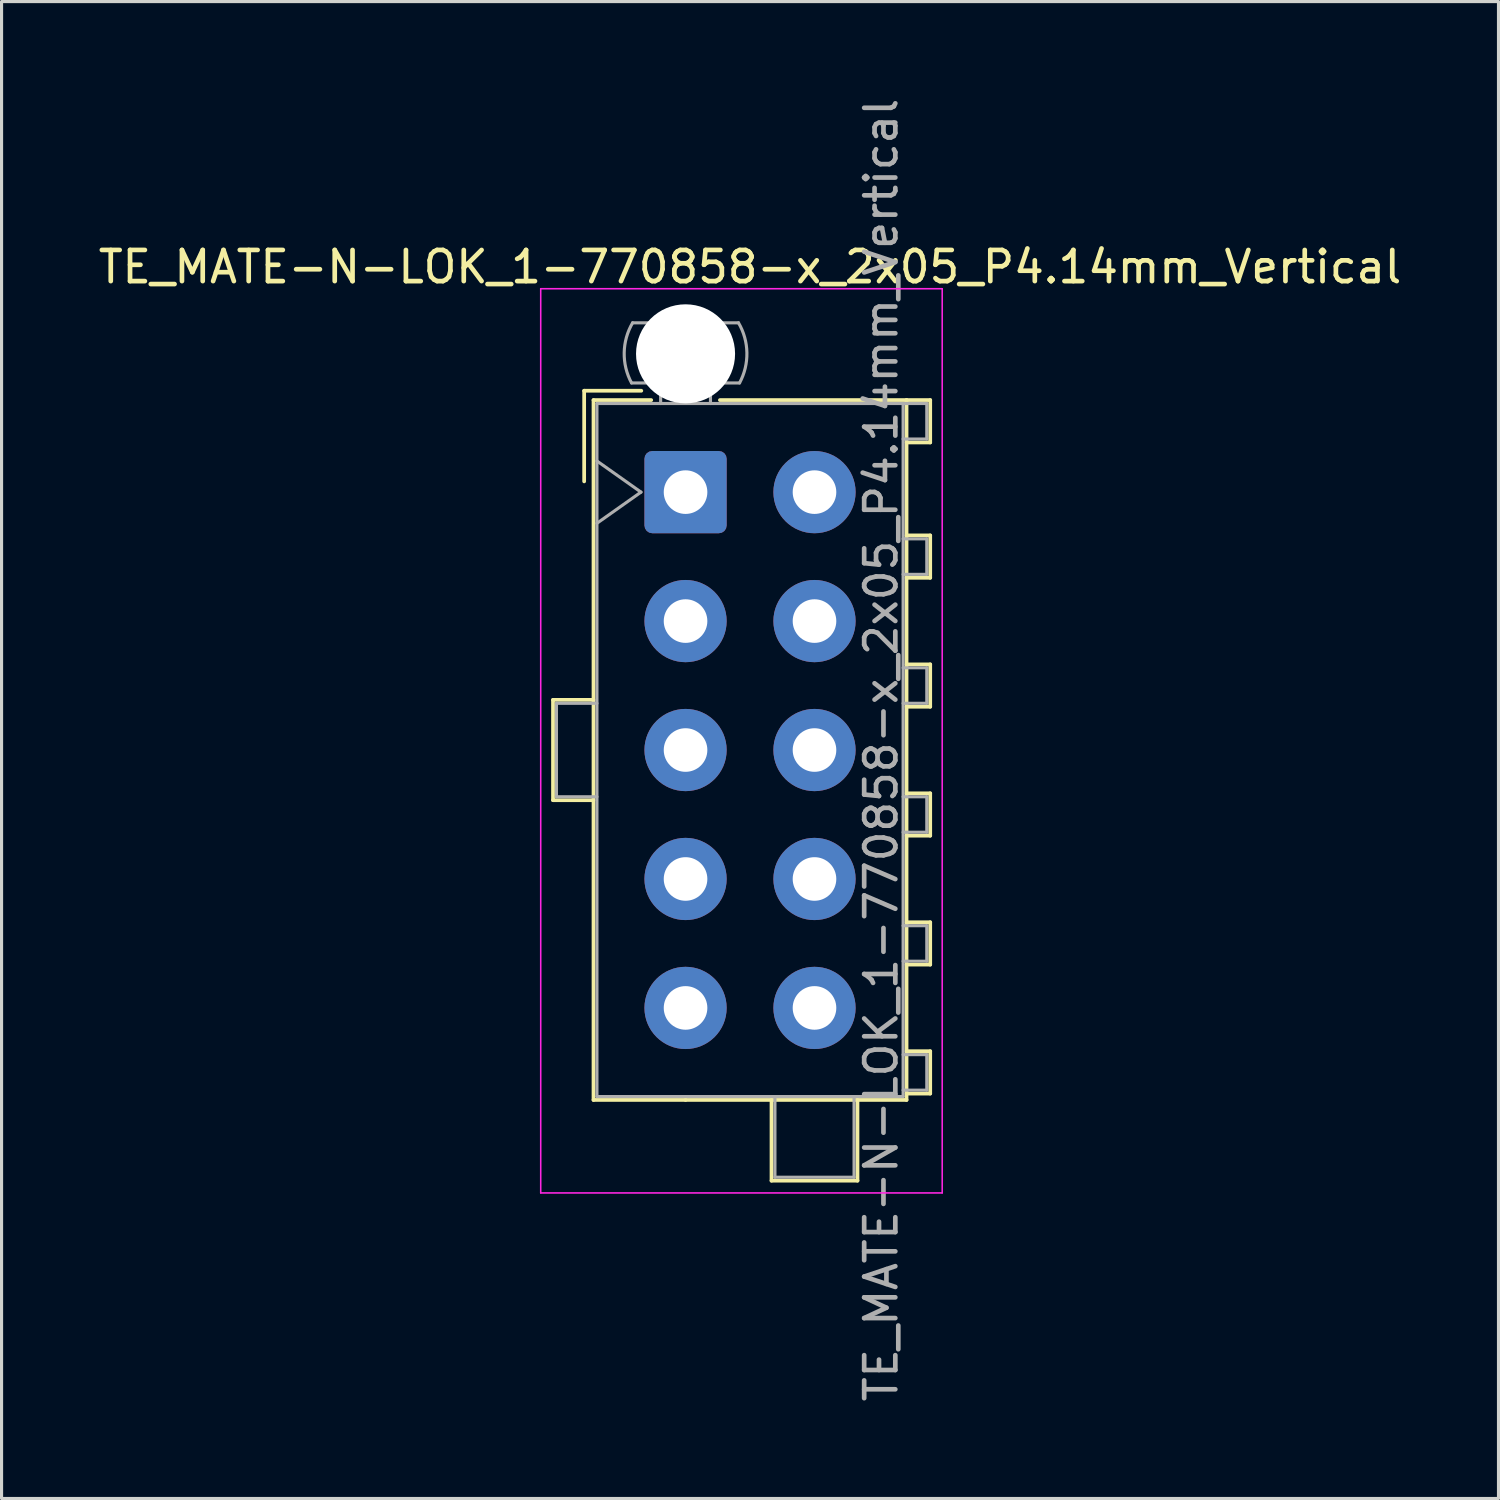
<source format=kicad_pcb>
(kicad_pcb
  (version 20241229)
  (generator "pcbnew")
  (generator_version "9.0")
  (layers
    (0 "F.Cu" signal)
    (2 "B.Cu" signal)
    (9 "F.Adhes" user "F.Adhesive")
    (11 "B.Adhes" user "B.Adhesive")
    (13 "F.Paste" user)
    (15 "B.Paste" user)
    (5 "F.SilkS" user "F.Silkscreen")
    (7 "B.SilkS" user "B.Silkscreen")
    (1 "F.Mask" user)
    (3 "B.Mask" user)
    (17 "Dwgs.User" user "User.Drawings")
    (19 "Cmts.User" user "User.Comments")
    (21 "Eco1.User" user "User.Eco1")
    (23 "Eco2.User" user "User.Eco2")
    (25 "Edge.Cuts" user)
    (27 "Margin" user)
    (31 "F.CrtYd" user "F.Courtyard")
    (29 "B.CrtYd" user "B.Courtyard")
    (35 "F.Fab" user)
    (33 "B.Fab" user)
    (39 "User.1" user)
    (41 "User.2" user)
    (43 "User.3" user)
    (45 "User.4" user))
  (footprint "TE_MATE-N-LOK_1-770858-x_2x05_P4.14mm_Vertical"
    (layer "F.Cu")
    (at 18.96 12.75)
    (property "Reference" "TE_MATE-N-LOK_1-770858-x_2x05_P4.14mm_Vertical" (at 2.07 -7.23 0) (layer "F.SilkS") (effects (font (size 1 1) (thickness 0.15))))
    (attr through_hole)
    (fp_line (start -4.255 6.67) (end -4.255 9.89) (stroke (width 0.12) (type solid)) (layer "F.SilkS"))
    (fp_line (start -4.255 9.89) (end -2.955 9.89) (stroke (width 0.12) (type solid)) (layer "F.SilkS"))
    (fp_line (start -3.255 -3.255) (end -3.255 -0.345) (stroke (width 0.12) (type solid)) (layer "F.SilkS"))
    (fp_line (start -2.955 -2.955) (end -2.955 19.515) (stroke (width 0.12) (type solid)) (layer "F.SilkS"))
    (fp_line (start -2.955 6.67) (end -4.255 6.67) (stroke (width 0.12) (type solid)) (layer "F.SilkS"))
    (fp_line (start -2.955 19.515) (end 0 19.515) (stroke (width 0.12) (type solid)) (layer "F.SilkS"))
    (fp_line (start -1.421 -3.255) (end -3.255 -3.255) (stroke (width 0.12) (type solid)) (layer "F.SilkS"))
    (fp_line (start -1.103 -2.955) (end -2.955 -2.955) (stroke (width 0.12) (type solid)) (layer "F.SilkS"))
    (fp_line (start 1.103 -2.955) (end 7.095 -2.955) (stroke (width 0.12) (type solid)) (layer "F.SilkS"))
    (fp_line (start 2.76 19.515) (end 2.76 22.106) (stroke (width 0.12) (type solid)) (layer "F.SilkS"))
    (fp_line (start 2.76 22.106) (end 5.52 22.106) (stroke (width 0.12) (type solid)) (layer "F.SilkS"))
    (fp_line (start 5.52 22.106) (end 5.52 19.515) (stroke (width 0.12) (type solid)) (layer "F.SilkS"))
    (fp_line (start 7.095 -2.955) (end 7.095 19.515) (stroke (width 0.12) (type solid)) (layer "F.SilkS"))
    (fp_line (start 7.095 -2.955) (end 7.855 -2.955) (stroke (width 0.12) (type solid)) (layer "F.SilkS"))
    (fp_line (start 7.095 1.39) (end 7.855 1.39) (stroke (width 0.12) (type solid)) (layer "F.SilkS"))
    (fp_line (start 7.095 5.53) (end 7.855 5.53) (stroke (width 0.12) (type solid)) (layer "F.SilkS"))
    (fp_line (start 7.095 9.67) (end 7.855 9.67) (stroke (width 0.12) (type solid)) (layer "F.SilkS"))
    (fp_line (start 7.095 13.81) (end 7.855 13.81) (stroke (width 0.12) (type solid)) (layer "F.SilkS"))
    (fp_line (start 7.095 17.95) (end 7.855 17.95) (stroke (width 0.12) (type solid)) (layer "F.SilkS"))
    (fp_line (start 7.095 19.515) (end 0 19.515) (stroke (width 0.12) (type solid)) (layer "F.SilkS"))
    (fp_line (start 7.855 -2.955) (end 7.855 -1.595) (stroke (width 0.12) (type solid)) (layer "F.SilkS"))
    (fp_line (start 7.855 -1.595) (end 7.095 -1.595) (stroke (width 0.12) (type solid)) (layer "F.SilkS"))
    (fp_line (start 7.855 1.39) (end 7.855 2.75) (stroke (width 0.12) (type solid)) (layer "F.SilkS"))
    (fp_line (start 7.855 2.75) (end 7.095 2.75) (stroke (width 0.12) (type solid)) (layer "F.SilkS"))
    (fp_line (start 7.855 5.53) (end 7.855 6.89) (stroke (width 0.12) (type solid)) (layer "F.SilkS"))
    (fp_line (start 7.855 6.89) (end 7.095 6.89) (stroke (width 0.12) (type solid)) (layer "F.SilkS"))
    (fp_line (start 7.855 9.67) (end 7.855 11.03) (stroke (width 0.12) (type solid)) (layer "F.SilkS"))
    (fp_line (start 7.855 11.03) (end 7.095 11.03) (stroke (width 0.12) (type solid)) (layer "F.SilkS"))
    (fp_line (start 7.855 13.81) (end 7.855 15.17) (stroke (width 0.12) (type solid)) (layer "F.SilkS"))
    (fp_line (start 7.855 15.17) (end 7.095 15.17) (stroke (width 0.12) (type solid)) (layer "F.SilkS"))
    (fp_line (start 7.855 17.95) (end 7.855 19.31) (stroke (width 0.12) (type solid)) (layer "F.SilkS"))
    (fp_line (start 7.855 19.31) (end 7.095 19.31) (stroke (width 0.12) (type solid)) (layer "F.SilkS"))
    (fp_line (start -4.65 -6.53) (end -4.65 22.5) (stroke (width 0.05) (type solid)) (layer "F.CrtYd"))
    (fp_line (start -4.65 22.5) (end 8.24 22.5) (stroke (width 0.05) (type solid)) (layer "F.CrtYd"))
    (fp_line (start 8.24 -6.53) (end -4.65 -6.53) (stroke (width 0.05) (type solid)) (layer "F.CrtYd"))
    (fp_line (start 8.24 22.5) (end 8.24 -6.53) (stroke (width 0.05) (type solid)) (layer "F.CrtYd"))
    (fp_line (start -4.145 6.78) (end -4.145 9.78) (stroke (width 0.1) (type solid)) (layer "F.Fab"))
    (fp_line (start -4.145 9.78) (end -2.845 9.78) (stroke (width 0.1) (type solid)) (layer "F.Fab"))
    (fp_line (start -2.845 -2.845) (end -2.845 19.405) (stroke (width 0.1) (type solid)) (layer "F.Fab"))
    (fp_line (start -2.845 -1) (end -1.431 0) (stroke (width 0.1) (type solid)) (layer "F.Fab"))
    (fp_line (start -2.845 6.78) (end -4.145 6.78) (stroke (width 0.1) (type solid)) (layer "F.Fab"))
    (fp_line (start -2.845 19.405) (end 6.985 19.405) (stroke (width 0.1) (type solid)) (layer "F.Fab"))
    (fp_line (start -1.431 0) (end -2.845 1) (stroke (width 0.1) (type solid)) (layer "F.Fab"))
    (fp_line (start -0.8 -2.845) (end -0.8 -3.505) (stroke (width 0.1) (type solid)) (layer "F.Fab"))
    (fp_line (start 0.8 -2.845) (end 0.8 -3.505) (stroke (width 0.1) (type solid)) (layer "F.Fab"))
    (fp_line (start 1.7 -5.436) (end -1.7 -5.436) (stroke (width 0.1) (type solid)) (layer "F.Fab"))
    (fp_line (start 1.734 -3.505) (end -1.734 -3.505) (stroke (width 0.1) (type solid)) (layer "F.Fab"))
    (fp_line (start 2.87 19.405) (end 2.87 21.996) (stroke (width 0.1) (type solid)) (layer "F.Fab"))
    (fp_line (start 2.87 21.996) (end 5.41 21.996) (stroke (width 0.1) (type solid)) (layer "F.Fab"))
    (fp_line (start 5.41 21.996) (end 5.41 19.405) (stroke (width 0.1) (type solid)) (layer "F.Fab"))
    (fp_line (start 6.985 -2.845) (end -2.845 -2.845) (stroke (width 0.1) (type solid)) (layer "F.Fab"))
    (fp_line (start 6.985 -2.845) (end 7.745 -2.845) (stroke (width 0.1) (type solid)) (layer "F.Fab"))
    (fp_line (start 6.985 1.5) (end 7.745 1.5) (stroke (width 0.1) (type solid)) (layer "F.Fab"))
    (fp_line (start 6.985 5.64) (end 7.745 5.64) (stroke (width 0.1) (type solid)) (layer "F.Fab"))
    (fp_line (start 6.985 9.78) (end 7.745 9.78) (stroke (width 0.1) (type solid)) (layer "F.Fab"))
    (fp_line (start 6.985 13.92) (end 7.745 13.92) (stroke (width 0.1) (type solid)) (layer "F.Fab"))
    (fp_line (start 6.985 18.06) (end 7.745 18.06) (stroke (width 0.1) (type solid)) (layer "F.Fab"))
    (fp_line (start 6.985 19.405) (end 6.985 -2.845) (stroke (width 0.1) (type solid)) (layer "F.Fab"))
    (fp_line (start 7.745 -2.845) (end 7.745 -1.705) (stroke (width 0.1) (type solid)) (layer "F.Fab"))
    (fp_line (start 7.745 -1.705) (end 6.985 -1.705) (stroke (width 0.1) (type solid)) (layer "F.Fab"))
    (fp_line (start 7.745 1.5) (end 7.745 2.64) (stroke (width 0.1) (type solid)) (layer "F.Fab"))
    (fp_line (start 7.745 2.64) (end 6.985 2.64) (stroke (width 0.1) (type solid)) (layer "F.Fab"))
    (fp_line (start 7.745 5.64) (end 7.745 6.78) (stroke (width 0.1) (type solid)) (layer "F.Fab"))
    (fp_line (start 7.745 6.78) (end 6.985 6.78) (stroke (width 0.1) (type solid)) (layer "F.Fab"))
    (fp_line (start 7.745 9.78) (end 7.745 10.92) (stroke (width 0.1) (type solid)) (layer "F.Fab"))
    (fp_line (start 7.745 10.92) (end 6.985 10.92) (stroke (width 0.1) (type solid)) (layer "F.Fab"))
    (fp_line (start 7.745 13.92) (end 7.745 15.06) (stroke (width 0.1) (type solid)) (layer "F.Fab"))
    (fp_line (start 7.745 15.06) (end 6.985 15.06) (stroke (width 0.1) (type solid)) (layer "F.Fab"))
    (fp_line (start 7.745 18.06) (end 7.745 19.2) (stroke (width 0.1) (type solid)) (layer "F.Fab"))
    (fp_line (start 7.745 19.2) (end 6.985 19.2) (stroke (width 0.1) (type solid)) (layer "F.Fab"))
    (fp_arc (start -1.733977 -3.505) (mid -1.96969 -4.474992) (end -1.699672 -5.436) (stroke (width 0.1) (type solid)) (layer "F.Fab"))
    (fp_arc (start 1.699672 -5.436) (mid 1.969689 -4.474992) (end 1.733977 -3.505) (stroke (width 0.1) (type solid)) (layer "F.Fab"))
    (fp_text user "${REFERENCE}" (at 6.28 8.28 90) (layer "F.Fab") (effects (font (size 1 1) (thickness 0.15))))
    (pad "" np_thru_hole circle (at 0 -4.44) (size 3.18 3.18) (drill 3.18) (layers "*.Cu" "*.Mask"))
    (pad "1" thru_hole roundrect (at 0 0) (size 2.64 2.64) (drill 1.4) (layers "*.Cu" "*.Mask") (roundrect_rratio 0.095))
    (pad "2" thru_hole circle (at 0 4.14) (size 2.64 2.64) (drill 1.4) (layers "*.Cu" "*.Mask"))
    (pad "3" thru_hole circle (at 0 8.28) (size 2.64 2.64) (drill 1.4) (layers "*.Cu" "*.Mask"))
    (pad "4" thru_hole circle (at 0 12.42) (size 2.64 2.64) (drill 1.4) (layers "*.Cu" "*.Mask"))
    (pad "5" thru_hole circle (at 0 16.56) (size 2.64 2.64) (drill 1.4) (layers "*.Cu" "*.Mask"))
    (pad "6" thru_hole circle (at 4.14 0) (size 2.64 2.64) (drill 1.4) (layers "*.Cu" "*.Mask"))
    (pad "7" thru_hole circle (at 4.14 4.14) (size 2.64 2.64) (drill 1.4) (layers "*.Cu" "*.Mask"))
    (pad "8" thru_hole circle (at 4.14 8.28) (size 2.64 2.64) (drill 1.4) (layers "*.Cu" "*.Mask"))
    (pad "9" thru_hole circle (at 4.14 12.42) (size 2.64 2.64) (drill 1.4) (layers "*.Cu" "*.Mask"))
    (pad "10" thru_hole circle (at 4.14 16.56) (size 2.64 2.64) (drill 1.4) (layers "*.Cu" "*.Mask")))
  (gr_rect
    (start -3 -3)
    (end 45.06 45.06)
    (stroke (width 0.1) (type default))
    (fill no)
    (layer "Edge.Cuts")))
</source>
